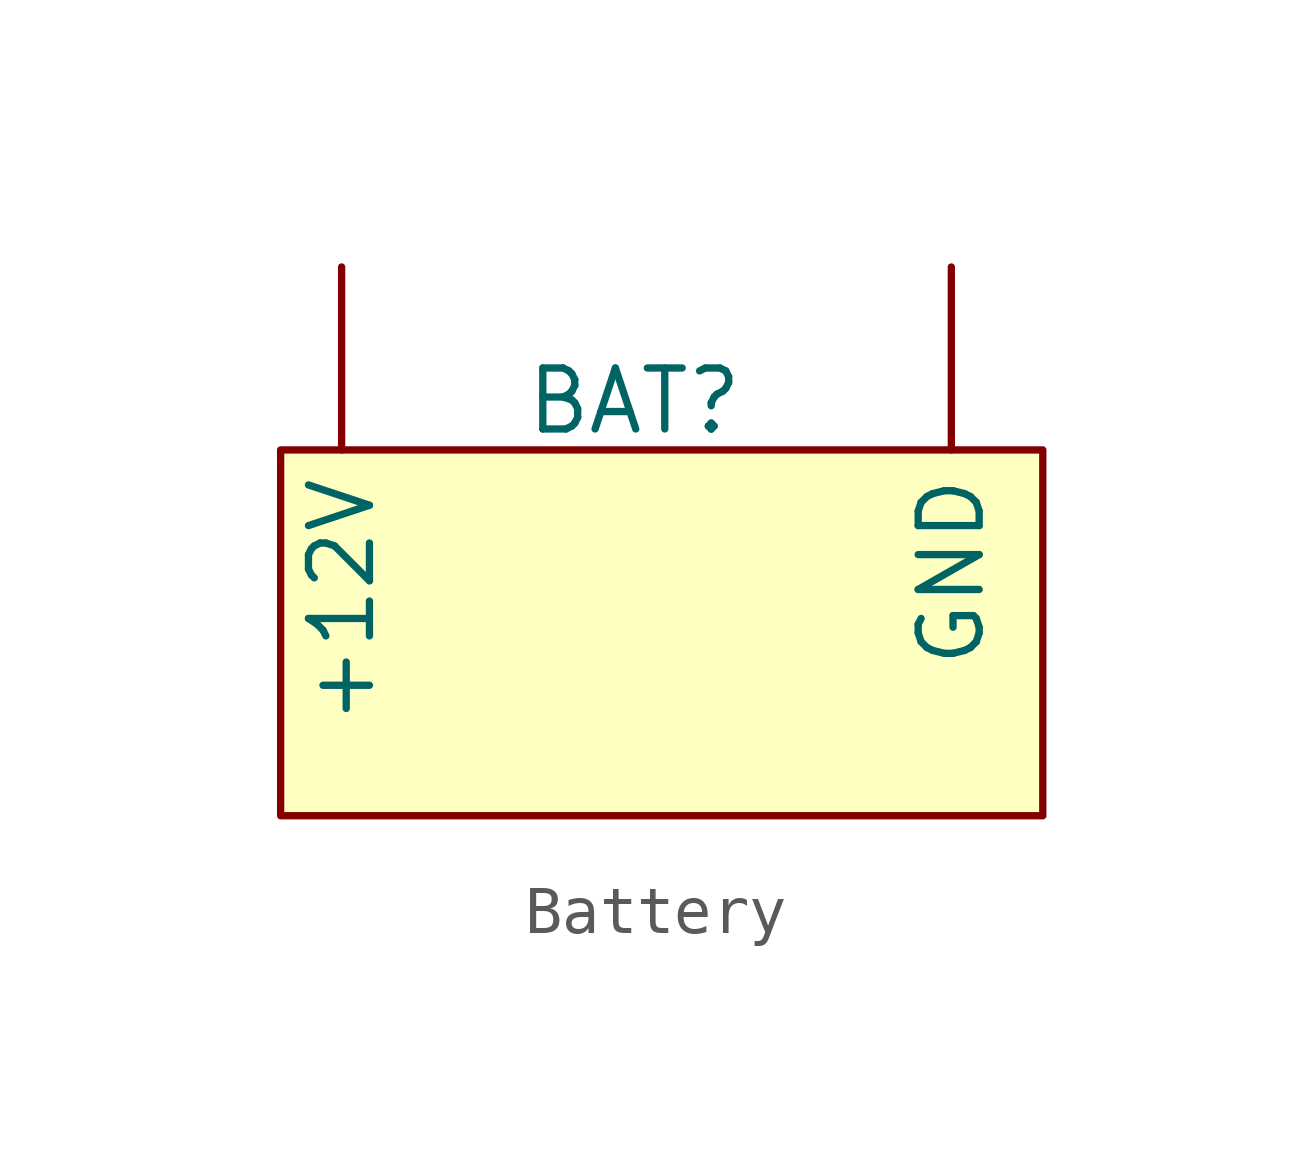
<source format=kicad_sym>
(kicad_symbol_lib
  (version 20231120)
  (generator "kicad_symbol_editor")
  (generator_version "8.0")
  (symbol "Battery"
    (property "Reference" "BAT"
      (at 7.366 3.556 0)
      (effects (font (size 1.27 1.27))))
    (property "Value" ""
      (at 0 0 0)
      (effects (font (size 1.27 1.27))))
    (symbol "Battery_1_1"
      (rectangle (start 0 2.54) (end 15.875 -5.08) (stroke (width 0) (type default)) (fill (type background)))
      (pin power_out line (at 1.27 6.35 270) (length 3.81) (name "+12V" (effects (font (size 1.27 1.27)))) (number "" (effects (font (size 1.27 1.27)))))
      (pin power_out line (at 13.97 6.35 270) (length 3.81) (name "GND" (effects (font (size 1.27 1.27)))) (number "" (effects (font (size 1.27 1.27))))))))
</source>
